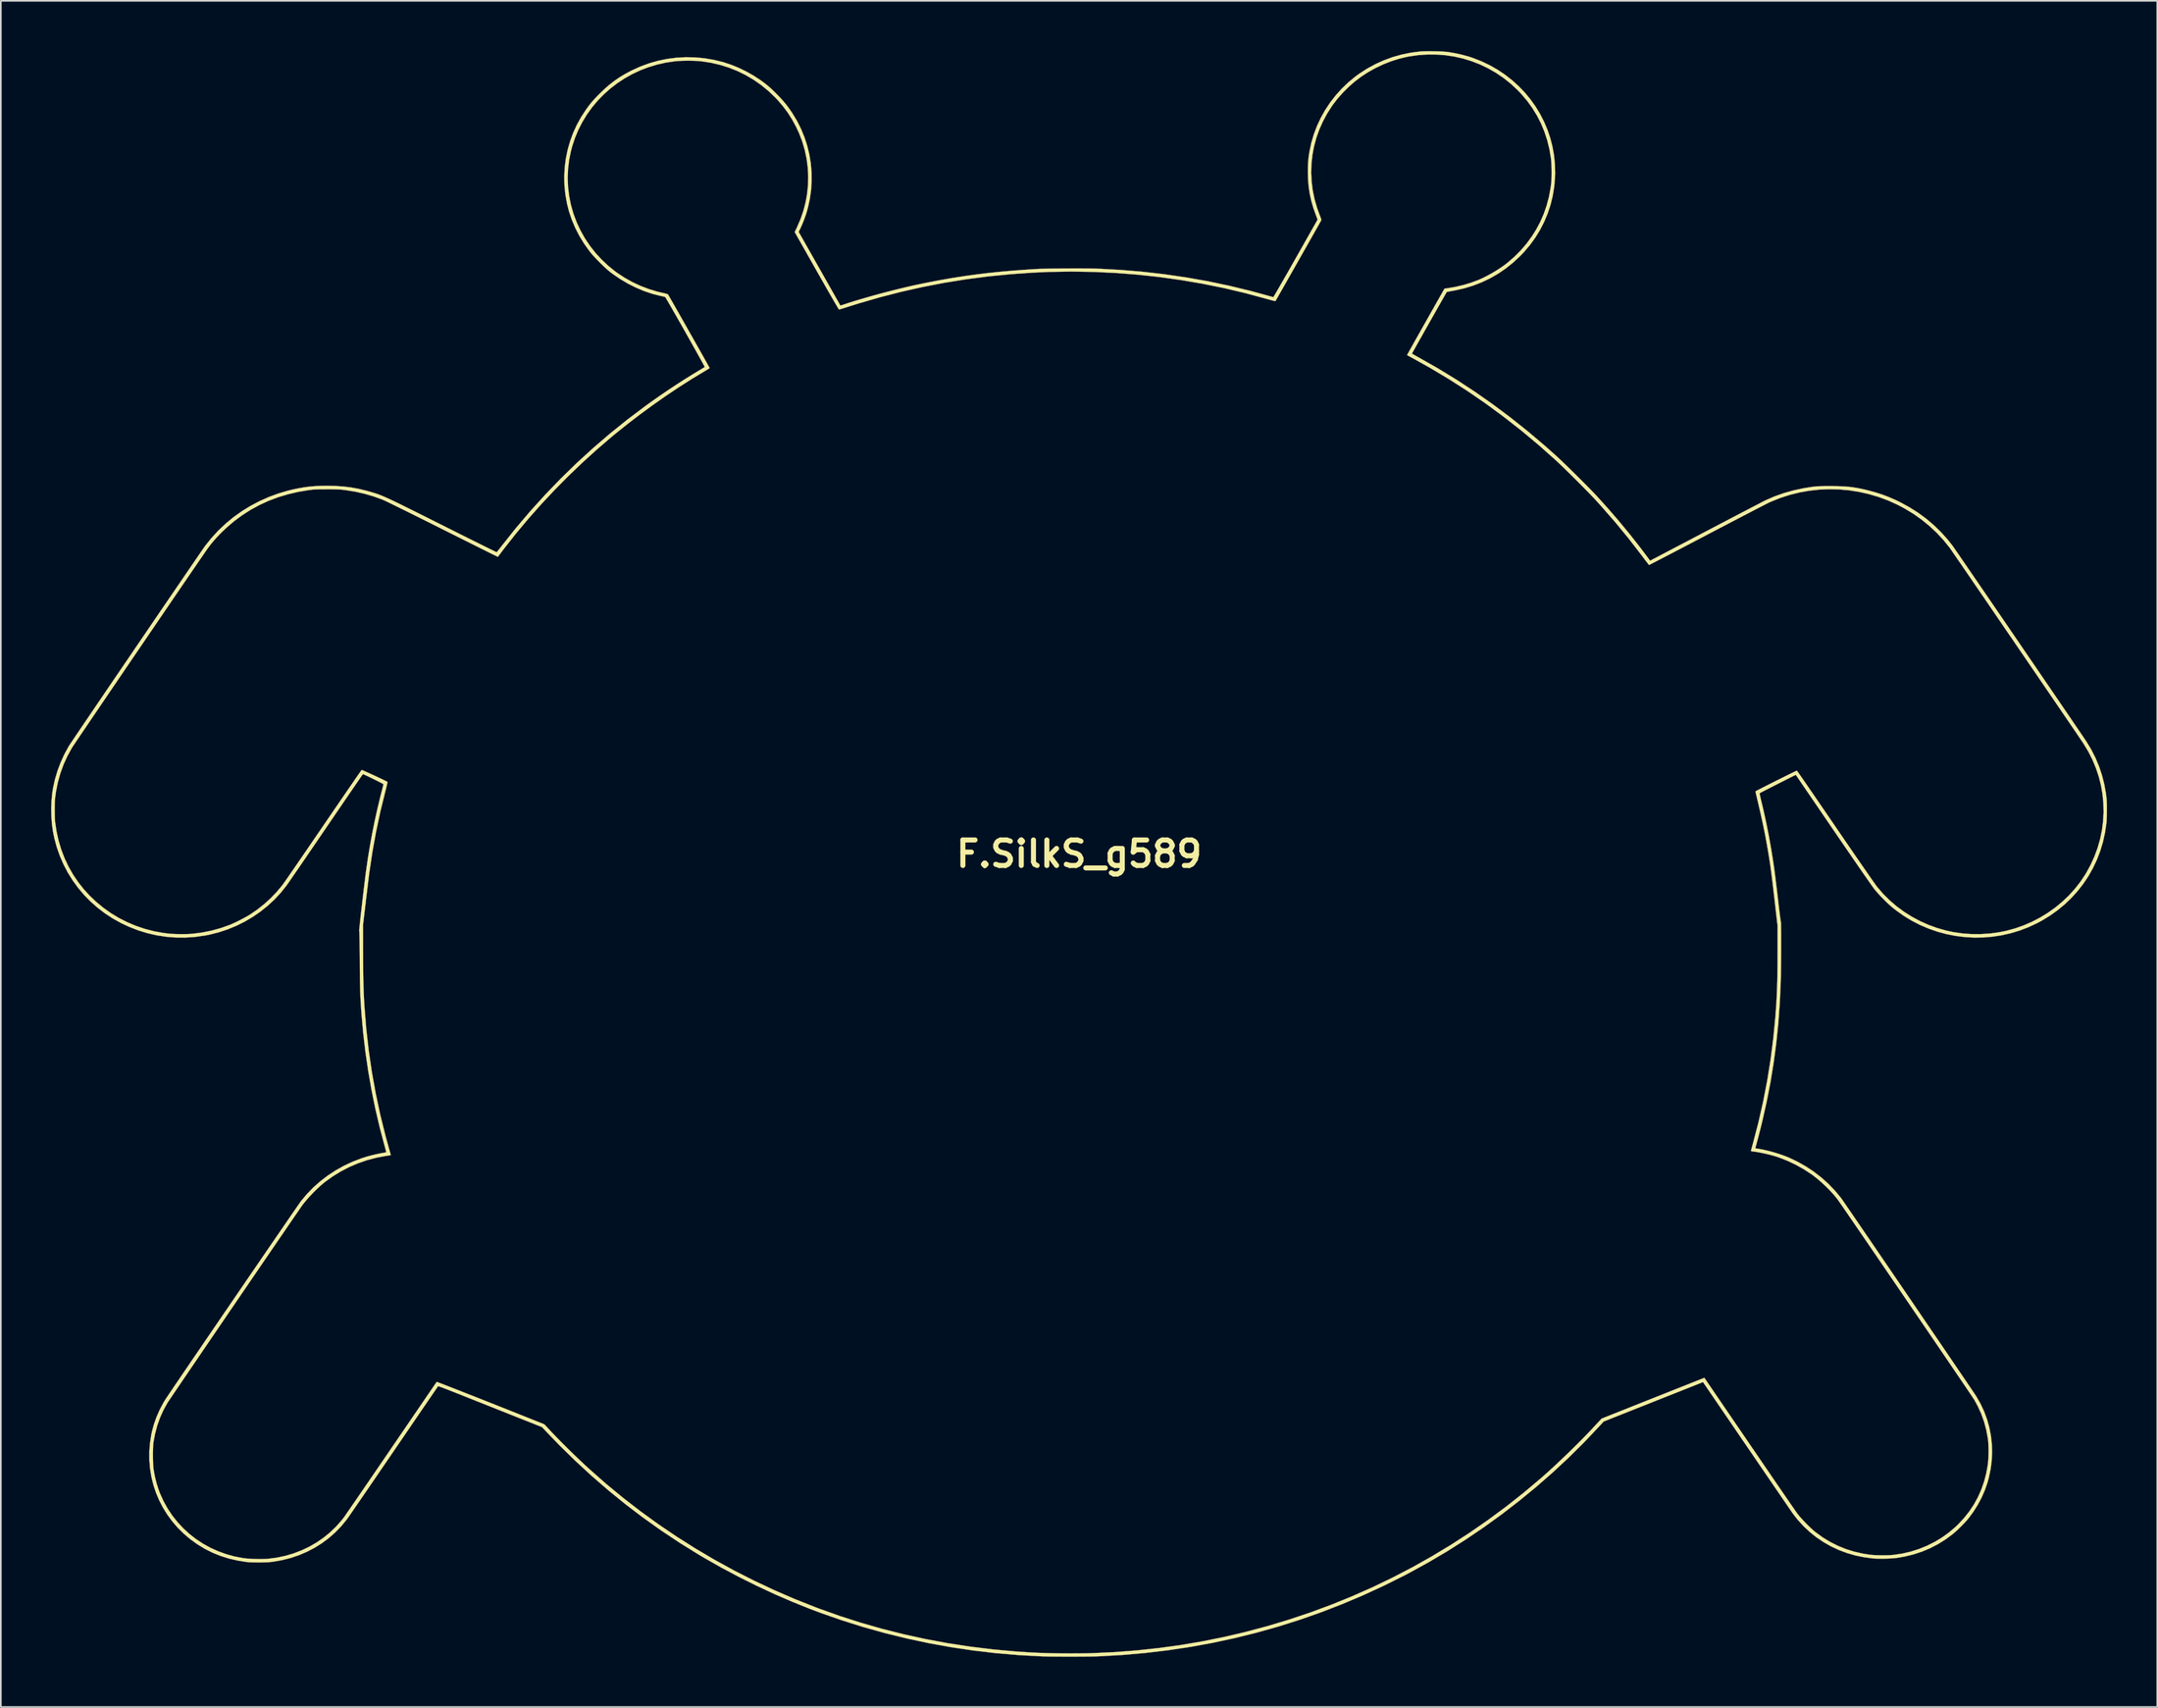
<source format=kicad_pcb>
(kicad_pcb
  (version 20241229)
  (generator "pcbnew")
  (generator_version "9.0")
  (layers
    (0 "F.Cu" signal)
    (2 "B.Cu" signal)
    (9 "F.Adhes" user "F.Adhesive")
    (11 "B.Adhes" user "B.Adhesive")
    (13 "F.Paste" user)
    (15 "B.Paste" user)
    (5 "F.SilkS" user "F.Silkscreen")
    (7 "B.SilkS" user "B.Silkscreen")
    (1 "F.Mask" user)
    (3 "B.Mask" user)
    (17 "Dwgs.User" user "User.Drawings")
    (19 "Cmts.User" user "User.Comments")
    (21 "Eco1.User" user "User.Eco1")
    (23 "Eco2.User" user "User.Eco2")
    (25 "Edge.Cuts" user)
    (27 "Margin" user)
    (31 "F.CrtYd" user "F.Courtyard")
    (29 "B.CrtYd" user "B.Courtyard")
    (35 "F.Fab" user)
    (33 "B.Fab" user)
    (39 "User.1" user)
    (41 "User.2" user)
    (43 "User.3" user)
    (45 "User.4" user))
  (footprint "F.SilkS_g589"
    (layer "F.Cu")
    (at 61.306 47.881)
    (property "Reference" "F.SilkS_g589" (at 0 0 0) (layer "F.SilkS") (effects (font (size 1.524 1.524) (thickness 0.3))))
    (attr through_hole)
    (fp_poly (pts (xy 21.009 -47.875) (xy 21.211 -47.872) (xy 21.412 -47.867) (xy 21.601 -47.859) (xy 21.772 -47.85) (xy 21.916 -47.838) (xy 22.003 -47.828) (xy 22.429 -47.756) (xy 22.847 -47.663) (xy 23.246 -47.554) (xy 23.484 -47.475) (xy 24.001 -47.273) (xy 24.495 -47.037) (xy 24.965 -46.769) (xy 25.41 -46.471) (xy 25.829 -46.143) (xy 26.22 -45.789) (xy 26.584 -45.41) (xy 26.917 -45.007) (xy 27.22 -44.582) (xy 27.491 -44.138) (xy 27.728 -43.674) (xy 27.932 -43.195) (xy 28.1 -42.7) (xy 28.231 -42.192) (xy 28.324 -41.672) (xy 28.378 -41.142) (xy 28.392 -40.605) (xy 28.383 -40.326) (xy 28.335 -39.776) (xy 28.245 -39.238) (xy 28.116 -38.713) (xy 27.947 -38.201) (xy 27.74 -37.705) (xy 27.494 -37.225) (xy 27.212 -36.764) (xy 26.892 -36.323) (xy 26.537 -35.902) (xy 26.3 -35.655) (xy 25.886 -35.27) (xy 25.451 -34.921) (xy 24.995 -34.61) (xy 24.518 -34.335) (xy 24.021 -34.097) (xy 23.504 -33.897) (xy 22.967 -33.733) (xy 22.411 -33.608) (xy 22.257 -33.581) (xy 22.146 -33.561) (xy 22.05 -33.542) (xy 21.977 -33.527) (xy 21.934 -33.515) (xy 21.926 -33.512) (xy 21.913 -33.491) (xy 21.881 -33.436) (xy 21.832 -33.351) (xy 21.767 -33.238) (xy 21.689 -33.1) (xy 21.598 -32.941) (xy 21.497 -32.763) (xy 21.387 -32.57) (xy 21.271 -32.364) (xy 21.149 -32.149) (xy 21.024 -31.928) (xy 20.897 -31.703) (xy 20.77 -31.478) (xy 20.644 -31.255) (xy 20.522 -31.038) (xy 20.405 -30.831) (xy 20.294 -30.634) (xy 20.192 -30.453) (xy 20.101 -30.29) (xy 20.021 -30.147) (xy 19.955 -30.028) (xy 19.904 -29.937) (xy 19.87 -29.875) (xy 19.855 -29.847) (xy 19.854 -29.845) (xy 19.872 -29.831) (xy 19.922 -29.8) (xy 19.998 -29.754) (xy 20.096 -29.698) (xy 20.211 -29.635) (xy 20.272 -29.601) (xy 21.395 -28.964) (xy 22.502 -28.288) (xy 23.594 -27.573) (xy 24.668 -26.821) (xy 25.724 -26.032) (xy 26.76 -25.207) (xy 27.776 -24.347) (xy 28.49 -23.71) (xy 28.612 -23.598) (xy 28.758 -23.46) (xy 28.924 -23.3) (xy 29.107 -23.124) (xy 29.301 -22.934) (xy 29.503 -22.735) (xy 29.709 -22.532) (xy 29.914 -22.328) (xy 30.113 -22.128) (xy 30.303 -21.937) (xy 30.48 -21.757) (xy 30.638 -21.594) (xy 30.775 -21.452) (xy 30.884 -21.336) (xy 31.556 -20.591) (xy 32.211 -19.832) (xy 32.843 -19.066) (xy 33.445 -18.301) (xy 33.841 -17.777) (xy 34.055 -17.487) (xy 34.57 -17.758) (xy 34.997 -17.982) (xy 35.422 -18.206) (xy 35.845 -18.428) (xy 36.263 -18.647) (xy 36.674 -18.863) (xy 37.077 -19.075) (xy 37.469 -19.28) (xy 37.85 -19.48) (xy 38.217 -19.672) (xy 38.569 -19.856) (xy 38.903 -20.032) (xy 39.219 -20.197) (xy 39.514 -20.351) (xy 39.787 -20.493) (xy 40.036 -20.623) (xy 40.258 -20.739) (xy 40.454 -20.84) (xy 40.619 -20.926) (xy 40.754 -20.996) (xy 40.856 -21.048) (xy 40.923 -21.082) (xy 40.947 -21.094) (xy 41.482 -21.327) (xy 42.042 -21.524) (xy 42.627 -21.688) (xy 43.236 -21.817) (xy 43.699 -21.89) (xy 43.801 -21.903) (xy 43.894 -21.913) (xy 43.985 -21.922) (xy 44.081 -21.928) (xy 44.188 -21.932) (xy 44.312 -21.935) (xy 44.46 -21.937) (xy 44.638 -21.938) (xy 44.82 -21.938) (xy 45.139 -21.936) (xy 45.424 -21.928) (xy 45.683 -21.915) (xy 45.926 -21.894) (xy 46.16 -21.866) (xy 46.394 -21.828) (xy 46.636 -21.781) (xy 46.894 -21.722) (xy 47.064 -21.681) (xy 47.492 -21.565) (xy 47.893 -21.437) (xy 48.281 -21.29) (xy 48.671 -21.121) (xy 48.99 -20.966) (xy 49.534 -20.669) (xy 50.051 -20.341) (xy 50.538 -19.981) (xy 50.997 -19.59) (xy 51.427 -19.169) (xy 51.828 -18.718) (xy 52.091 -18.383) (xy 52.115 -18.349) (xy 52.162 -18.282) (xy 52.231 -18.183) (xy 52.32 -18.054) (xy 52.429 -17.896) (xy 52.556 -17.711) (xy 52.7 -17.501) (xy 52.86 -17.268) (xy 53.036 -17.012) (xy 53.225 -16.736) (xy 53.427 -16.441) (xy 53.641 -16.129) (xy 53.866 -15.801) (xy 54.1 -15.459) (xy 54.343 -15.104) (xy 54.593 -14.739) (xy 54.849 -14.365) (xy 55.11 -13.983) (xy 55.375 -13.595) (xy 55.643 -13.203) (xy 55.913 -12.808) (xy 56.184 -12.412) (xy 56.454 -12.016) (xy 56.723 -11.622) (xy 56.99 -11.233) (xy 57.252 -10.848) (xy 57.51 -10.47) (xy 57.762 -10.101) (xy 58.007 -9.742) (xy 58.244 -9.395) (xy 58.472 -9.061) (xy 58.689 -8.743) (xy 58.895 -8.44) (xy 59.089 -8.156) (xy 59.268 -7.892) (xy 59.434 -7.649) (xy 59.583 -7.43) (xy 59.716 -7.235) (xy 59.83 -7.066) (xy 59.925 -6.925) (xy 60.001 -6.813) (xy 60.055 -6.733) (xy 60.073 -6.706) (xy 60.362 -6.231) (xy 60.614 -5.735) (xy 60.829 -5.221) (xy 61.006 -4.692) (xy 61.144 -4.15) (xy 61.242 -3.597) (xy 61.277 -3.305) (xy 61.287 -3.17) (xy 61.294 -3.003) (xy 61.297 -2.813) (xy 61.298 -2.611) (xy 61.296 -2.407) (xy 61.291 -2.209) (xy 61.283 -2.029) (xy 61.272 -1.876) (xy 61.267 -1.82) (xy 61.183 -1.256) (xy 61.061 -0.707) (xy 60.9 -0.173) (xy 60.702 0.344) (xy 60.467 0.842) (xy 60.197 1.321) (xy 59.893 1.777) (xy 59.555 2.211) (xy 59.185 2.62) (xy 58.784 3.004) (xy 58.352 3.36) (xy 57.891 3.688) (xy 57.402 3.986) (xy 57.139 4.126) (xy 56.625 4.367) (xy 56.099 4.568) (xy 55.563 4.73) (xy 55.019 4.853) (xy 54.47 4.937) (xy 53.918 4.982) (xy 53.366 4.989) (xy 52.814 4.957) (xy 52.266 4.888) (xy 51.724 4.781) (xy 51.19 4.637) (xy 50.667 4.455) (xy 50.155 4.237) (xy 49.659 3.982) (xy 49.179 3.69) (xy 48.719 3.362) (xy 48.493 3.182) (xy 48.331 3.041) (xy 48.154 2.876) (xy 47.971 2.695) (xy 47.79 2.508) (xy 47.622 2.324) (xy 47.475 2.154) (xy 47.434 2.104) (xy 47.399 2.057) (xy 47.342 1.978) (xy 47.263 1.867) (xy 47.165 1.728) (xy 47.048 1.56) (xy 46.914 1.368) (xy 46.763 1.152) (xy 46.599 0.914) (xy 46.421 0.657) (xy 46.231 0.381) (xy 46.031 0.09) (xy 45.821 -0.215) (xy 45.604 -0.532) (xy 45.38 -0.859) (xy 45.151 -1.194) (xy 44.981 -1.442) (xy 44.752 -1.777) (xy 44.53 -2.103) (xy 44.315 -2.418) (xy 44.109 -2.72) (xy 43.913 -3.007) (xy 43.727 -3.278) (xy 43.555 -3.531) (xy 43.395 -3.765) (xy 43.25 -3.977) (xy 43.121 -4.166) (xy 43.01 -4.329) (xy 42.916 -4.467) (xy 42.841 -4.576) (xy 42.787 -4.655) (xy 42.755 -4.702) (xy 42.745 -4.716) (xy 42.726 -4.708) (xy 42.673 -4.683) (xy 42.591 -4.643) (xy 42.483 -4.589) (xy 42.354 -4.524) (xy 42.208 -4.451) (xy 42.049 -4.37) (xy 41.88 -4.285) (xy 41.707 -4.197) (xy 41.532 -4.108) (xy 41.361 -4.021) (xy 41.197 -3.937) (xy 41.045 -3.859) (xy 40.908 -3.789) (xy 40.79 -3.728) (xy 40.696 -3.679) (xy 40.63 -3.644) (xy 40.595 -3.624) (xy 40.591 -3.622) (xy 40.59 -3.596) (xy 40.599 -3.537) (xy 40.615 -3.453) (xy 40.638 -3.351) (xy 40.65 -3.304) (xy 40.822 -2.587) (xy 40.985 -1.839) (xy 41.138 -1.068) (xy 41.278 -0.286) (xy 41.403 0.499) (xy 41.443 0.77) (xy 41.461 0.897) (xy 41.482 1.061) (xy 41.507 1.255) (xy 41.534 1.473) (xy 41.564 1.71) (xy 41.594 1.96) (xy 41.625 2.217) (xy 41.655 2.476) (xy 41.68 2.688) (xy 41.707 2.922) (xy 41.733 3.144) (xy 41.758 3.349) (xy 41.781 3.535) (xy 41.801 3.697) (xy 41.819 3.833) (xy 41.834 3.938) (xy 41.845 4.009) (xy 41.852 4.043) (xy 41.853 4.045) (xy 41.856 4.069) (xy 41.86 4.131) (xy 41.862 4.227) (xy 41.865 4.356) (xy 41.866 4.512) (xy 41.868 4.692) (xy 41.869 4.893) (xy 41.869 5.11) (xy 41.869 5.34) (xy 41.869 5.58) (xy 41.868 5.826) (xy 41.867 6.074) (xy 41.865 6.32) (xy 41.863 6.561) (xy 41.861 6.794) (xy 41.858 7.014) (xy 41.855 7.217) (xy 41.851 7.401) (xy 41.848 7.562) (xy 41.846 7.62) (xy 41.791 8.853) (xy 41.704 10.063) (xy 41.583 11.254) (xy 41.427 12.432) (xy 41.237 13.601) (xy 41.011 14.764) (xy 40.75 15.928) (xy 40.693 16.161) (xy 40.655 16.313) (xy 40.613 16.48) (xy 40.568 16.655) (xy 40.522 16.831) (xy 40.477 17.003) (xy 40.434 17.163) (xy 40.396 17.304) (xy 40.364 17.42) (xy 40.339 17.504) (xy 40.333 17.527) (xy 40.335 17.544) (xy 40.359 17.558) (xy 40.411 17.571) (xy 40.498 17.585) (xy 40.508 17.586) (xy 40.73 17.624) (xy 40.98 17.679) (xy 41.248 17.746) (xy 41.522 17.824) (xy 41.792 17.91) (xy 42.049 18) (xy 42.282 18.091) (xy 42.323 18.108) (xy 42.841 18.353) (xy 43.338 18.633) (xy 43.811 18.946) (xy 44.259 19.292) (xy 44.68 19.668) (xy 45.071 20.073) (xy 45.43 20.506) (xy 45.458 20.542) (xy 45.48 20.573) (xy 45.525 20.637) (xy 45.591 20.733) (xy 45.678 20.86) (xy 45.784 21.014) (xy 45.909 21.196) (xy 46.051 21.404) (xy 46.209 21.635) (xy 46.383 21.888) (xy 46.57 22.162) (xy 46.77 22.455) (xy 46.983 22.765) (xy 47.206 23.092) (xy 47.438 23.432) (xy 47.679 23.786) (xy 47.928 24.15) (xy 48.183 24.524) (xy 48.443 24.905) (xy 48.708 25.293) (xy 48.976 25.686) (xy 49.245 26.081) (xy 49.516 26.478) (xy 49.787 26.875) (xy 50.056 27.27) (xy 50.323 27.662) (xy 50.587 28.049) (xy 50.846 28.43) (xy 51.1 28.802) (xy 51.347 29.165) (xy 51.586 29.517) (xy 51.816 29.855) (xy 52.037 30.179) (xy 52.246 30.487) (xy 52.443 30.778) (xy 52.628 31.049) (xy 52.798 31.299) (xy 52.952 31.527) (xy 53.09 31.73) (xy 53.211 31.908) (xy 53.313 32.059) (xy 53.395 32.181) (xy 53.456 32.272) (xy 53.496 32.332) (xy 53.51 32.353) (xy 53.761 32.794) (xy 53.975 33.251) (xy 54.149 33.721) (xy 54.284 34.203) (xy 54.38 34.693) (xy 54.436 35.191) (xy 54.451 35.693) (xy 54.427 36.198) (xy 54.362 36.703) (xy 54.256 37.207) (xy 54.174 37.502) (xy 54.019 37.948) (xy 53.825 38.39) (xy 53.597 38.82) (xy 53.338 39.231) (xy 53.064 39.603) (xy 52.945 39.745) (xy 52.801 39.903) (xy 52.642 40.068) (xy 52.477 40.231) (xy 52.315 40.383) (xy 52.164 40.515) (xy 52.096 40.572) (xy 51.666 40.889) (xy 51.219 41.168) (xy 50.754 41.409) (xy 50.27 41.612) (xy 49.767 41.777) (xy 49.244 41.905) (xy 48.853 41.975) (xy 48.678 41.997) (xy 48.472 42.014) (xy 48.247 42.026) (xy 48.015 42.033) (xy 47.786 42.034) (xy 47.572 42.03) (xy 47.384 42.02) (xy 47.349 42.017) (xy 46.817 41.949) (xy 46.298 41.841) (xy 45.795 41.696) (xy 45.309 41.514) (xy 44.842 41.296) (xy 44.396 41.043) (xy 43.971 40.756) (xy 43.571 40.436) (xy 43.196 40.083) (xy 42.848 39.7) (xy 42.574 39.349) (xy 42.554 39.32) (xy 42.511 39.259) (xy 42.447 39.165) (xy 42.362 39.042) (xy 42.258 38.89) (xy 42.136 38.711) (xy 41.997 38.508) (xy 41.841 38.28) (xy 41.671 38.031) (xy 41.486 37.762) (xy 41.29 37.474) (xy 41.081 37.169) (xy 40.862 36.849) (xy 40.634 36.515) (xy 40.398 36.169) (xy 40.155 35.813) (xy 39.905 35.448) (xy 39.85 35.367) (xy 37.211 31.501) (xy 36.507 31.78) (xy 36.391 31.826) (xy 36.24 31.886) (xy 36.056 31.959) (xy 35.844 32.043) (xy 35.607 32.137) (xy 35.348 32.24) (xy 35.072 32.349) (xy 34.781 32.465) (xy 34.48 32.584) (xy 34.172 32.707) (xy 33.86 32.831) (xy 33.548 32.954) (xy 33.543 32.956) (xy 31.283 33.854) (xy 30.988 34.176) (xy 30.102 35.111) (xy 29.183 36.021) (xy 28.232 36.905) (xy 27.251 37.761) (xy 26.242 38.589) (xy 25.207 39.387) (xy 24.147 40.154) (xy 23.065 40.887) (xy 21.963 41.586) (xy 20.841 42.249) (xy 19.703 42.875) (xy 19.357 43.056) (xy 18.14 43.662) (xy 16.909 44.228) (xy 15.666 44.753) (xy 14.411 45.238) (xy 13.143 45.683) (xy 11.864 46.087) (xy 10.572 46.45) (xy 9.269 46.773) (xy 7.954 47.055) (xy 6.628 47.297) (xy 5.291 47.497) (xy 3.943 47.657) (xy 2.585 47.776) (xy 1.216 47.853) (xy 1.111 47.858) (xy 0.969 47.862) (xy 0.79 47.866) (xy 0.58 47.869) (xy 0.344 47.872) (xy 0.089 47.873) (xy -0.179 47.875) (xy -0.456 47.875) (xy -0.736 47.875) (xy -1.012 47.874) (xy -1.28 47.873) (xy -1.533 47.87) (xy -1.766 47.868) (xy -1.972 47.864) (xy -2.148 47.86) (xy -2.265 47.856) (xy -3.623 47.782) (xy -4.973 47.666) (xy -6.315 47.509) (xy -7.647 47.311) (xy -8.97 47.071) (xy -10.283 46.791) (xy -11.586 46.47) (xy -12.878 46.108) (xy -14.158 45.705) (xy -15.427 45.262) (xy -16.023 45.038) (xy -17.085 44.612) (xy -18.152 44.15) (xy -19.215 43.656) (xy -20.267 43.132) (xy -21.299 42.585) (xy -22.303 42.016) (xy -22.691 41.786) (xy -23.82 41.085) (xy -24.921 40.353) (xy -25.995 39.589) (xy -27.042 38.793) (xy -28.065 37.963) (xy -29.063 37.1) (xy -30.038 36.201) (xy -30.992 35.267) (xy -31.727 34.507) (xy -32.031 34.185) (xy -32.774 33.89) (xy -32.938 33.825) (xy -33.134 33.747) (xy -33.356 33.659) (xy -33.597 33.563) (xy -33.85 33.462) (xy -34.109 33.36) (xy -34.366 33.257) (xy -34.615 33.158) (xy -34.724 33.115) (xy -34.987 33.01) (xy -35.276 32.895) (xy -35.583 32.773) (xy -35.897 32.648) (xy -36.211 32.523) (xy -36.514 32.403) (xy -36.797 32.29) (xy -37.051 32.189) (xy -37.072 32.181) (xy -37.28 32.099) (xy -37.476 32.022) (xy -37.658 31.951) (xy -37.82 31.889) (xy -37.96 31.836) (xy -38.075 31.794) (xy -38.16 31.764) (xy -38.212 31.747) (xy -38.229 31.744) (xy -38.242 31.763) (xy -38.278 31.815) (xy -38.336 31.899) (xy -38.414 32.013) (xy -38.512 32.156) (xy -38.628 32.326) (xy -38.762 32.521) (xy -38.911 32.74) (xy -39.077 32.982) (xy -39.256 33.244) (xy -39.448 33.525) (xy -39.652 33.824) (xy -39.867 34.139) (xy -40.092 34.468) (xy -40.325 34.81) (xy -40.566 35.163) (xy -40.814 35.525) (xy -40.873 35.613) (xy -41.124 35.981) (xy -41.371 36.341) (xy -41.611 36.693) (xy -41.844 37.033) (xy -42.068 37.361) (xy -42.283 37.675) (xy -42.487 37.973) (xy -42.679 38.253) (xy -42.858 38.513) (xy -43.023 38.753) (xy -43.172 38.969) (xy -43.304 39.162) (xy -43.419 39.328) (xy -43.514 39.466) (xy -43.59 39.574) (xy -43.644 39.651) (xy -43.676 39.695) (xy -43.678 39.698) (xy -44.005 40.097) (xy -44.361 40.465) (xy -44.744 40.802) (xy -45.153 41.107) (xy -45.585 41.379) (xy -46.04 41.617) (xy -46.516 41.82) (xy -47.01 41.987) (xy -47.522 42.118) (xy -48.05 42.211) (xy -48.207 42.231) (xy -48.323 42.241) (xy -48.471 42.248) (xy -48.641 42.253) (xy -48.825 42.256) (xy -49.014 42.256) (xy -49.199 42.254) (xy -49.369 42.249) (xy -49.517 42.242) (xy -49.633 42.232) (xy -49.646 42.231) (xy -50.184 42.146) (xy -50.698 42.027) (xy -51.189 41.873) (xy -51.66 41.685) (xy -52.11 41.461) (xy -52.144 41.442) (xy -52.592 41.17) (xy -53.01 40.869) (xy -53.398 40.54) (xy -53.756 40.186) (xy -54.082 39.808) (xy -54.376 39.408) (xy -54.636 38.989) (xy -54.862 38.552) (xy -55.053 38.099) (xy -55.208 37.632) (xy -55.326 37.153) (xy -55.406 36.663) (xy -55.448 36.166) (xy -55.451 35.662) (xy -55.413 35.154) (xy -55.334 34.643) (xy -55.298 34.469) (xy -55.182 34.036) (xy -55.028 33.6) (xy -54.841 33.171) (xy -54.623 32.756) (xy -54.499 32.55) (xy -54.469 32.504) (xy -54.416 32.425) (xy -54.342 32.314) (xy -54.248 32.174) (xy -54.134 32.006) (xy -54.003 31.811) (xy -53.854 31.592) (xy -53.689 31.35) (xy -53.509 31.085) (xy -53.316 30.801) (xy -53.11 30.499) (xy -52.893 30.179) (xy -52.665 29.845) (xy -52.427 29.497) (xy -52.182 29.137) (xy -51.929 28.766) (xy -51.67 28.387) (xy -51.406 28.001) (xy -51.139 27.609) (xy -50.868 27.213) (xy -50.596 26.814) (xy -50.323 26.415) (xy -50.051 26.017) (xy -49.78 25.622) (xy -49.513 25.23) (xy -49.248 24.844) (xy -48.989 24.466) (xy -48.736 24.096) (xy -48.49 23.737) (xy -48.252 23.389) (xy -48.023 23.056) (xy -47.805 22.738) (xy -47.598 22.437) (xy -47.404 22.154) (xy -47.224 21.891) (xy -47.058 21.65) (xy -46.908 21.433) (xy -46.775 21.24) (xy -46.66 21.074) (xy -46.565 20.936) (xy -46.489 20.828) (xy -46.435 20.751) (xy -46.404 20.707) (xy -46.399 20.701) (xy -46.044 20.278) (xy -45.657 19.881) (xy -45.24 19.513) (xy -44.796 19.175) (xy -44.327 18.868) (xy -43.835 18.594) (xy -43.323 18.355) (xy -42.792 18.152) (xy -42.683 18.116) (xy -42.447 18.044) (xy -42.189 17.975) (xy -41.925 17.912) (xy -41.675 17.86) (xy -41.583 17.844) (xy -41.485 17.826) (xy -41.403 17.811) (xy -41.346 17.799) (xy -41.323 17.792) (xy -41.323 17.792) (xy -41.325 17.77) (xy -41.338 17.714) (xy -41.36 17.63) (xy -41.388 17.524) (xy -41.421 17.404) (xy -41.424 17.396) (xy -41.71 16.316) (xy -41.969 15.211) (xy -42.198 14.087) (xy -42.396 12.949) (xy -42.563 11.806) (xy -42.697 10.664) (xy -42.798 9.528) (xy -42.809 9.366) (xy -42.823 9.162) (xy -42.835 8.976) (xy -42.846 8.803) (xy -42.855 8.637) (xy -42.863 8.476) (xy -42.87 8.314) (xy -42.876 8.147) (xy -42.88 7.97) (xy -42.884 7.778) (xy -42.888 7.568) (xy -42.891 7.335) (xy -42.893 7.073) (xy -42.896 6.78) (xy -42.898 6.449) (xy -42.898 6.376) (xy -42.9 6.107) (xy -42.903 5.851) (xy -42.905 5.61) (xy -42.908 5.388) (xy -42.911 5.187) (xy -42.914 5.012) (xy -42.917 4.865) (xy -42.92 4.748) (xy -42.923 4.666) (xy -42.926 4.622) (xy -42.928 4.614) (xy -42.938 4.597) (xy -42.935 4.556) (xy -42.929 4.511) (xy -42.921 4.436) (xy -42.912 4.341) (xy -42.906 4.265) (xy -42.9 4.2) (xy -42.889 4.097) (xy -42.874 3.961) (xy -42.856 3.796) (xy -42.835 3.607) (xy -42.811 3.399) (xy -42.785 3.175) (xy -42.758 2.94) (xy -42.73 2.699) (xy -42.701 2.456) (xy -42.673 2.215) (xy -42.645 1.982) (xy -42.618 1.76) (xy -42.593 1.553) (xy -42.57 1.367) (xy -42.55 1.206) (xy -42.534 1.081) (xy -42.43 0.351) (xy -42.308 -0.401) (xy -42.17 -1.162) (xy -42.018 -1.921) (xy -41.854 -2.666) (xy -41.681 -3.386) (xy -41.603 -3.692) (xy -41.568 -3.823) (xy -41.538 -3.941) (xy -41.514 -4.04) (xy -41.496 -4.113) (xy -41.487 -4.154) (xy -41.487 -4.159) (xy -41.505 -4.172) (xy -41.556 -4.201) (xy -41.634 -4.243) (xy -41.734 -4.294) (xy -41.85 -4.353) (xy -41.977 -4.416) (xy -42.109 -4.481) (xy -42.24 -4.545) (xy -42.366 -4.606) (xy -42.48 -4.66) (xy -42.577 -4.705) (xy -42.652 -4.739) (xy -42.699 -4.758) (xy -42.712 -4.761) (xy -42.725 -4.744) (xy -42.761 -4.694) (xy -42.818 -4.612) (xy -42.895 -4.5) (xy -42.992 -4.36) (xy -43.106 -4.193) (xy -43.237 -4.002) (xy -43.384 -3.789) (xy -43.545 -3.554) (xy -43.719 -3.3) (xy -43.905 -3.028) (xy -44.101 -2.74) (xy -44.308 -2.438) (xy -44.522 -2.123) (xy -44.744 -1.798) (xy -44.905 -1.562) (xy -45.134 -1.226) (xy -45.359 -0.897) (xy -45.577 -0.577) (xy -45.788 -0.268) (xy -45.991 0.028) (xy -46.183 0.309) (xy -46.364 0.574) (xy -46.533 0.82) (xy -46.688 1.046) (xy -46.828 1.249) (xy -46.951 1.428) (xy -47.056 1.581) (xy -47.143 1.706) (xy -47.208 1.8) (xy -47.253 1.863) (xy -47.267 1.884) (xy -47.609 2.312) (xy -47.983 2.715) (xy -48.387 3.089) (xy -48.817 3.434) (xy -49.272 3.749) (xy -49.75 4.031) (xy -50.247 4.28) (xy -50.763 4.493) (xy -51.293 4.67) (xy -51.836 4.809) (xy -52.133 4.867) (xy -52.713 4.949) (xy -53.292 4.988) (xy -53.867 4.985) (xy -54.438 4.941) (xy -55.003 4.855) (xy -55.561 4.727) (xy -56.112 4.559) (xy -56.653 4.349) (xy -57.129 4.126) (xy -57.624 3.852) (xy -58.094 3.545) (xy -58.538 3.207) (xy -58.953 2.84) (xy -59.339 2.446) (xy -59.695 2.026) (xy -60.019 1.582) (xy -60.31 1.115) (xy -60.566 0.628) (xy -60.786 0.122) (xy -60.97 -0.401) (xy -61.115 -0.939) (xy -61.192 -1.312) (xy -61.256 -1.764) (xy -61.292 -2.234) (xy -61.3 -2.68) (xy -61.094 -2.68) (xy -61.094 -2.483) (xy -61.09 -2.293) (xy -61.084 -2.121) (xy -61.075 -1.976) (xy -61.069 -1.916) (xy -60.985 -1.347) (xy -60.863 -0.795) (xy -60.703 -0.26) (xy -60.505 0.257) (xy -60.27 0.754) (xy -59.998 1.231) (xy -59.69 1.687) (xy -59.345 2.122) (xy -59.034 2.463) (xy -58.627 2.853) (xy -58.195 3.21) (xy -57.738 3.534) (xy -57.259 3.823) (xy -56.76 4.076) (xy -56.243 4.293) (xy -55.71 4.472) (xy -55.164 4.613) (xy -54.605 4.714) (xy -54.306 4.751) (xy -54.143 4.765) (xy -53.95 4.774) (xy -53.738 4.781) (xy -53.52 4.783) (xy -53.305 4.781) (xy -53.106 4.776) (xy -52.935 4.766) (xy -52.885 4.762) (xy -52.307 4.688) (xy -51.739 4.574) (xy -51.183 4.421) (xy -50.643 4.228) (xy -50.625 4.221) (xy -50.481 4.159) (xy -50.312 4.08) (xy -50.127 3.99) (xy -49.938 3.893) (xy -49.755 3.795) (xy -49.589 3.702) (xy -49.45 3.619) (xy -49.025 3.33) (xy -48.614 3.005) (xy -48.223 2.652) (xy -47.86 2.275) (xy -47.531 1.881) (xy -47.5 1.841) (xy -47.469 1.799) (xy -47.416 1.723) (xy -47.341 1.616) (xy -47.246 1.48) (xy -47.132 1.316) (xy -47.002 1.127) (xy -46.855 0.914) (xy -46.693 0.679) (xy -46.518 0.424) (xy -46.33 0.151) (xy -46.132 -0.138) (xy -45.924 -0.442) (xy -45.708 -0.758) (xy -45.485 -1.084) (xy -45.255 -1.419) (xy -45.063 -1.701) (xy -44.833 -2.038) (xy -44.609 -2.366) (xy -44.393 -2.682) (xy -44.185 -2.986) (xy -43.986 -3.276) (xy -43.799 -3.549) (xy -43.624 -3.804) (xy -43.462 -4.039) (xy -43.314 -4.253) (xy -43.183 -4.444) (xy -43.067 -4.611) (xy -42.97 -4.75) (xy -42.893 -4.862) (xy -42.835 -4.943) (xy -42.799 -4.993) (xy -42.786 -5.01) (xy -42.763 -5.003) (xy -42.707 -4.98) (xy -42.623 -4.944) (xy -42.516 -4.896) (xy -42.39 -4.839) (xy -42.252 -4.776) (xy -42.106 -4.709) (xy -41.956 -4.64) (xy -41.809 -4.571) (xy -41.668 -4.505) (xy -41.54 -4.444) (xy -41.429 -4.39) (xy -41.34 -4.346) (xy -41.278 -4.315) (xy -41.248 -4.297) (xy -41.247 -4.297) (xy -41.248 -4.273) (xy -41.258 -4.214) (xy -41.277 -4.126) (xy -41.304 -4.013) (xy -41.336 -3.883) (xy -41.367 -3.762) (xy -41.663 -2.563) (xy -41.922 -1.351) (xy -42.145 -0.121) (xy -42.332 1.129) (xy -42.332 1.132) (xy -42.343 1.21) (xy -42.357 1.324) (xy -42.375 1.472) (xy -42.397 1.648) (xy -42.421 1.847) (xy -42.447 2.065) (xy -42.475 2.298) (xy -42.504 2.541) (xy -42.534 2.788) (xy -42.539 2.836) (xy -42.704 4.223) (xy -42.701 5.863) (xy -42.7 6.266) (xy -42.698 6.632) (xy -42.695 6.965) (xy -42.691 7.27) (xy -42.686 7.552) (xy -42.68 7.815) (xy -42.672 8.065) (xy -42.663 8.307) (xy -42.652 8.544) (xy -42.639 8.783) (xy -42.625 9.026) (xy -42.618 9.133) (xy -42.513 10.432) (xy -42.366 11.724) (xy -42.178 13.009) (xy -41.948 14.285) (xy -41.678 15.552) (xy -41.366 16.809) (xy -41.193 17.441) (xy -41.153 17.582) (xy -41.118 17.709) (xy -41.088 17.816) (xy -41.066 17.897) (xy -41.053 17.949) (xy -41.05 17.964) (xy -41.071 17.969) (xy -41.127 17.978) (xy -41.209 17.992) (xy -41.311 18.007) (xy -41.35 18.013) (xy -41.912 18.119) (xy -42.463 18.264) (xy -42.999 18.449) (xy -43.52 18.671) (xy -44.022 18.931) (xy -44.504 19.226) (xy -44.963 19.556) (xy -45.043 19.619) (xy -45.24 19.786) (xy -45.45 19.98) (xy -45.665 20.192) (xy -45.876 20.414) (xy -46.073 20.636) (xy -46.249 20.849) (xy -46.306 20.923) (xy -46.331 20.958) (xy -46.379 21.025) (xy -46.448 21.125) (xy -46.537 21.255) (xy -46.646 21.413) (xy -46.774 21.598) (xy -46.918 21.809) (xy -47.079 22.043) (xy -47.255 22.3) (xy -47.444 22.577) (xy -47.647 22.873) (xy -47.861 23.186) (xy -48.086 23.515) (xy -48.321 23.858) (xy -48.564 24.213) (xy -48.814 24.58) (xy -49.071 24.955) (xy -49.333 25.339) (xy -49.599 25.728) (xy -49.868 26.122) (xy -50.139 26.519) (xy -50.41 26.917) (xy -50.682 27.315) (xy -50.952 27.711) (xy -51.219 28.103) (xy -51.483 28.491) (xy -51.742 28.871) (xy -51.996 29.243) (xy -52.243 29.605) (xy -52.481 29.956) (xy -52.711 30.293) (xy -52.931 30.616) (xy -53.139 30.922) (xy -53.335 31.21) (xy -53.517 31.479) (xy -53.685 31.726) (xy -53.838 31.951) (xy -53.973 32.151) (xy -54.091 32.325) (xy -54.19 32.471) (xy -54.269 32.589) (xy -54.327 32.675) (xy -54.363 32.729) (xy -54.372 32.745) (xy -54.61 33.173) (xy -54.812 33.625) (xy -54.979 34.1) (xy -55.111 34.598) (xy -55.206 35.105) (xy -55.218 35.213) (xy -55.226 35.356) (xy -55.232 35.523) (xy -55.235 35.709) (xy -55.236 35.903) (xy -55.233 36.097) (xy -55.228 36.285) (xy -55.22 36.456) (xy -55.209 36.603) (xy -55.196 36.717) (xy -55.195 36.724) (xy -55.116 37.148) (xy -55.011 37.561) (xy -54.885 37.952) (xy -54.808 38.153) (xy -54.596 38.617) (xy -54.35 39.057) (xy -54.071 39.474) (xy -53.76 39.864) (xy -53.42 40.228) (xy -53.053 40.563) (xy -52.66 40.869) (xy -52.242 41.143) (xy -51.803 41.385) (xy -51.343 41.592) (xy -50.864 41.765) (xy -50.368 41.901) (xy -49.869 41.997) (xy -49.702 42.017) (xy -49.504 42.034) (xy -49.287 42.046) (xy -49.06 42.053) (xy -48.835 42.056) (xy -48.623 42.053) (xy -48.435 42.045) (xy -48.352 42.038) (xy -47.835 41.97) (xy -47.33 41.862) (xy -46.839 41.717) (xy -46.365 41.535) (xy -45.909 41.318) (xy -45.474 41.067) (xy -45.061 40.782) (xy -44.672 40.465) (xy -44.31 40.117) (xy -43.977 39.739) (xy -43.87 39.603) (xy -43.843 39.567) (xy -43.794 39.497) (xy -43.724 39.396) (xy -43.633 39.264) (xy -43.522 39.105) (xy -43.394 38.918) (xy -43.249 38.707) (xy -43.087 38.473) (xy -42.912 38.217) (xy -42.722 37.94) (xy -42.52 37.646) (xy -42.307 37.335) (xy -42.084 37.009) (xy -41.852 36.669) (xy -41.612 36.318) (xy -41.365 35.957) (xy -41.113 35.588) (xy -41.022 35.454) (xy -40.77 35.085) (xy -40.524 34.725) (xy -40.285 34.376) (xy -40.055 34.039) (xy -39.835 33.716) (xy -39.625 33.408) (xy -39.426 33.118) (xy -39.24 32.846) (xy -39.068 32.594) (xy -38.911 32.364) (xy -38.77 32.157) (xy -38.645 31.975) (xy -38.539 31.82) (xy -38.452 31.692) (xy -38.384 31.594) (xy -38.338 31.528) (xy -38.315 31.494) (xy -38.312 31.489) (xy -38.291 31.495) (xy -38.233 31.516) (xy -38.139 31.551) (xy -38.013 31.599) (xy -37.856 31.66) (xy -37.669 31.732) (xy -37.456 31.815) (xy -37.218 31.908) (xy -36.957 32.01) (xy -36.675 32.121) (xy -36.375 32.239) (xy -36.058 32.363) (xy -35.727 32.494) (xy -35.384 32.63) (xy -35.03 32.77) (xy -34.668 32.913) (xy -34.299 33.06) (xy -33.927 33.208) (xy -33.552 33.357) (xy -33.178 33.506) (xy -32.806 33.654) (xy -32.438 33.802) (xy -32.194 33.899) (xy -31.888 34.022) (xy -31.73 34.193) (xy -31.459 34.484) (xy -31.16 34.794) (xy -30.841 35.119) (xy -30.508 35.452) (xy -30.166 35.786) (xy -29.822 36.116) (xy -29.483 36.435) (xy -29.194 36.7) (xy -28.209 37.568) (xy -27.196 38.404) (xy -26.155 39.209) (xy -25.087 39.982) (xy -23.994 40.722) (xy -22.876 41.429) (xy -21.736 42.102) (xy -20.572 42.74) (xy -19.387 43.342) (xy -18.182 43.909) (xy -16.958 44.44) (xy -15.715 44.933) (xy -15.536 45) (xy -14.283 45.447) (xy -13.017 45.853) (xy -11.739 46.219) (xy -10.45 46.544) (xy -9.147 46.829) (xy -7.832 47.073) (xy -6.505 47.277) (xy -5.165 47.441) (xy -3.811 47.565) (xy -2.879 47.626) (xy -2.463 47.646) (xy -2.015 47.662) (xy -1.547 47.674) (xy -1.067 47.682) (xy -0.588 47.685) (xy -0.118 47.684) (xy 0.331 47.679) (xy 0.749 47.669) (xy 0.783 47.668) (xy 2.12 47.605) (xy 3.44 47.504) (xy 4.745 47.364) (xy 6.037 47.187) (xy 7.32 46.97) (xy 8.595 46.714) (xy 9.865 46.419) (xy 9.914 46.406) (xy 11.218 46.059) (xy 12.507 45.672) (xy 13.779 45.247) (xy 15.034 44.783) (xy 16.272 44.281) (xy 17.492 43.741) (xy 18.692 43.163) (xy 19.873 42.549) (xy 21.034 41.897) (xy 22.175 41.209) (xy 23.294 40.485) (xy 24.391 39.725) (xy 25.466 38.93) (xy 26.517 38.099) (xy 27.545 37.233) (xy 27.654 37.138) (xy 27.922 36.9) (xy 28.21 36.638) (xy 28.513 36.356) (xy 28.824 36.062) (xy 29.14 35.759) (xy 29.453 35.454) (xy 29.758 35.151) (xy 30.05 34.857) (xy 30.323 34.576) (xy 30.572 34.315) (xy 30.673 34.206) (xy 30.769 34.102) (xy 30.863 34.001) (xy 30.948 33.91) (xy 31.017 33.836) (xy 31.062 33.788) (xy 31.168 33.677) (xy 34.131 32.5) (xy 34.471 32.365) (xy 34.802 32.234) (xy 35.12 32.107) (xy 35.424 31.986) (xy 35.712 31.872) (xy 35.98 31.765) (xy 36.228 31.667) (xy 36.453 31.578) (xy 36.653 31.498) (xy 36.824 31.43) (xy 36.966 31.374) (xy 37.076 31.33) (xy 37.151 31.3) (xy 37.189 31.285) (xy 37.193 31.284) (xy 37.291 31.245) (xy 39.974 35.175) (xy 40.228 35.547) (xy 40.477 35.911) (xy 40.72 36.267) (xy 40.955 36.611) (xy 41.183 36.943) (xy 41.4 37.261) (xy 41.607 37.563) (xy 41.803 37.848) (xy 41.985 38.113) (xy 42.153 38.358) (xy 42.305 38.579) (xy 42.441 38.777) (xy 42.559 38.948) (xy 42.659 39.092) (xy 42.738 39.207) (xy 42.796 39.29) (xy 42.832 39.34) (xy 42.838 39.349) (xy 42.932 39.467) (xy 43.051 39.604) (xy 43.188 39.754) (xy 43.337 39.91) (xy 43.49 40.063) (xy 43.64 40.207) (xy 43.78 40.335) (xy 43.903 40.439) (xy 43.921 40.454) (xy 44.348 40.763) (xy 44.793 41.034) (xy 45.255 41.266) (xy 45.734 41.46) (xy 46.231 41.615) (xy 46.746 41.732) (xy 47.149 41.796) (xy 47.302 41.811) (xy 47.485 41.822) (xy 47.69 41.829) (xy 47.903 41.832) (xy 48.114 41.831) (xy 48.313 41.825) (xy 48.487 41.815) (xy 48.578 41.807) (xy 49.092 41.73) (xy 49.596 41.613) (xy 50.087 41.458) (xy 50.563 41.265) (xy 51.02 41.037) (xy 51.457 40.774) (xy 51.871 40.477) (xy 52.259 40.148) (xy 52.43 39.984) (xy 52.781 39.607) (xy 53.095 39.21) (xy 53.371 38.794) (xy 53.61 38.357) (xy 53.812 37.9) (xy 53.978 37.422) (xy 54.106 36.923) (xy 54.189 36.47) (xy 54.212 36.278) (xy 54.228 36.059) (xy 54.238 35.823) (xy 54.241 35.581) (xy 54.237 35.345) (xy 54.226 35.124) (xy 54.208 34.931) (xy 54.2 34.872) (xy 54.106 34.361) (xy 53.974 33.868) (xy 53.804 33.393) (xy 53.595 32.934) (xy 53.393 32.563) (xy 53.37 32.527) (xy 53.324 32.458) (xy 53.256 32.356) (xy 53.168 32.225) (xy 53.06 32.065) (xy 52.934 31.878) (xy 52.791 31.666) (xy 52.631 31.43) (xy 52.456 31.172) (xy 52.266 30.893) (xy 52.064 30.595) (xy 51.85 30.28) (xy 51.625 29.949) (xy 51.39 29.604) (xy 51.147 29.246) (xy 50.896 28.878) (xy 50.638 28.499) (xy 50.375 28.114) (xy 50.108 27.721) (xy 49.837 27.325) (xy 49.565 26.925) (xy 49.291 26.523) (xy 49.017 26.122) (xy 48.745 25.723) (xy 48.474 25.327) (xy 48.207 24.936) (xy 47.945 24.551) (xy 47.688 24.175) (xy 47.437 23.808) (xy 47.194 23.453) (xy 46.96 23.111) (xy 46.735 22.783) (xy 46.522 22.471) (xy 46.32 22.177) (xy 46.132 21.902) (xy 45.958 21.649) (xy 45.799 21.417) (xy 45.656 21.21) (xy 45.531 21.028) (xy 45.424 20.874) (xy 45.337 20.749) (xy 45.271 20.654) (xy 45.226 20.591) (xy 45.207 20.565) (xy 45.013 20.329) (xy 44.79 20.084) (xy 44.546 19.839) (xy 44.292 19.601) (xy 44.036 19.379) (xy 43.787 19.183) (xy 43.688 19.111) (xy 43.225 18.808) (xy 42.739 18.536) (xy 42.237 18.299) (xy 41.725 18.1) (xy 41.614 18.062) (xy 41.417 18.002) (xy 41.197 17.942) (xy 40.965 17.886) (xy 40.732 17.835) (xy 40.509 17.792) (xy 40.308 17.76) (xy 40.201 17.746) (xy 40.132 17.737) (xy 40.085 17.725) (xy 40.069 17.715) (xy 40.074 17.69) (xy 40.089 17.631) (xy 40.112 17.544) (xy 40.142 17.435) (xy 40.176 17.31) (xy 40.185 17.278) (xy 40.511 16.031) (xy 40.797 14.771) (xy 41.042 13.5) (xy 41.247 12.219) (xy 41.41 10.93) (xy 41.533 9.635) (xy 41.581 8.943) (xy 41.597 8.67) (xy 41.611 8.398) (xy 41.622 8.125) (xy 41.632 7.843) (xy 41.64 7.549) (xy 41.646 7.238) (xy 41.65 6.904) (xy 41.654 6.542) (xy 41.655 6.148) (xy 41.656 5.736) (xy 41.656 4.286) (xy 41.507 2.995) (xy 41.465 2.626) (xy 41.426 2.294) (xy 41.391 1.997) (xy 41.359 1.729) (xy 41.33 1.487) (xy 41.302 1.266) (xy 41.275 1.064) (xy 41.25 0.874) (xy 41.224 0.694) (xy 41.199 0.52) (xy 41.172 0.346) (xy 41.144 0.17) (xy 41.114 -0.013) (xy 41.081 -0.207) (xy 41.052 -0.375) (xy 41.01 -0.616) (xy 40.968 -0.849) (xy 40.925 -1.079) (xy 40.88 -1.311) (xy 40.831 -1.55) (xy 40.779 -1.799) (xy 40.721 -2.064) (xy 40.658 -2.349) (xy 40.587 -2.658) (xy 40.508 -2.997) (xy 40.421 -3.369) (xy 40.36 -3.625) (xy 40.348 -3.685) (xy 40.344 -3.725) (xy 40.345 -3.734) (xy 40.37 -3.748) (xy 40.427 -3.78) (xy 40.515 -3.826) (xy 40.628 -3.884) (xy 40.764 -3.953) (xy 40.917 -4.031) (xy 41.085 -4.116) (xy 41.263 -4.206) (xy 41.448 -4.299) (xy 41.635 -4.393) (xy 41.821 -4.486) (xy 42.002 -4.576) (xy 42.174 -4.661) (xy 42.334 -4.74) (xy 42.476 -4.81) (xy 42.598 -4.869) (xy 42.696 -4.917) (xy 42.766 -4.949) (xy 42.803 -4.965) (xy 42.809 -4.967) (xy 42.823 -4.949) (xy 42.86 -4.897) (xy 42.919 -4.814) (xy 42.998 -4.701) (xy 43.096 -4.56) (xy 43.212 -4.392) (xy 43.345 -4.2) (xy 43.493 -3.985) (xy 43.656 -3.748) (xy 43.833 -3.491) (xy 44.021 -3.217) (xy 44.22 -2.927) (xy 44.429 -2.622) (xy 44.647 -2.304) (xy 44.871 -1.975) (xy 45.103 -1.637) (xy 45.106 -1.632) (xy 45.34 -1.289) (xy 45.57 -0.953) (xy 45.795 -0.626) (xy 46.012 -0.309) (xy 46.221 -0.004) (xy 46.421 0.286) (xy 46.61 0.559) (xy 46.787 0.815) (xy 46.95 1.05) (xy 47.098 1.264) (xy 47.23 1.453) (xy 47.345 1.617) (xy 47.441 1.753) (xy 47.517 1.86) (xy 47.572 1.935) (xy 47.601 1.973) (xy 47.958 2.387) (xy 48.347 2.772) (xy 48.763 3.129) (xy 49.206 3.454) (xy 49.672 3.748) (xy 50.159 4.008) (xy 50.665 4.233) (xy 51.187 4.422) (xy 51.723 4.573) (xy 52.155 4.665) (xy 52.683 4.741) (xy 53.223 4.78) (xy 53.769 4.782) (xy 54.314 4.748) (xy 54.849 4.676) (xy 55.266 4.593) (xy 55.8 4.45) (xy 56.32 4.268) (xy 56.825 4.05) (xy 57.312 3.797) (xy 57.779 3.511) (xy 58.223 3.195) (xy 58.642 2.848) (xy 59.035 2.474) (xy 59.397 2.073) (xy 59.728 1.648) (xy 60.025 1.2) (xy 60.062 1.138) (xy 60.33 0.647) (xy 60.558 0.144) (xy 60.746 -0.369) (xy 60.894 -0.89) (xy 61.003 -1.417) (xy 61.071 -1.947) (xy 61.1 -2.479) (xy 61.089 -3.012) (xy 61.039 -3.542) (xy 60.949 -4.068) (xy 60.819 -4.589) (xy 60.65 -5.102) (xy 60.442 -5.605) (xy 60.194 -6.096) (xy 59.907 -6.574) (xy 59.856 -6.651) (xy 59.806 -6.726) (xy 59.734 -6.832) (xy 59.643 -6.967) (xy 59.532 -7.13) (xy 59.403 -7.32) (xy 59.257 -7.535) (xy 59.095 -7.772) (xy 58.918 -8.032) (xy 58.728 -8.311) (xy 58.525 -8.609) (xy 58.31 -8.923) (xy 58.086 -9.253) (xy 57.851 -9.596) (xy 57.609 -9.951) (xy 57.36 -10.316) (xy 57.104 -10.691) (xy 56.844 -11.072) (xy 56.579 -11.459) (xy 56.312 -11.85) (xy 56.043 -12.243) (xy 55.774 -12.637) (xy 55.505 -13.031) (xy 55.238 -13.421) (xy 54.974 -13.808) (xy 54.713 -14.189) (xy 54.458 -14.563) (xy 54.208 -14.928) (xy 53.966 -15.283) (xy 53.731 -15.625) (xy 53.506 -15.954) (xy 53.292 -16.267) (xy 53.089 -16.564) (xy 52.898 -16.842) (xy 52.721 -17.1) (xy 52.559 -17.337) (xy 52.413 -17.55) (xy 52.283 -17.738) (xy 52.172 -17.9) (xy 52.08 -18.034) (xy 52.008 -18.138) (xy 51.958 -18.211) (xy 51.93 -18.251) (xy 51.926 -18.256) (xy 51.552 -18.72) (xy 51.147 -19.156) (xy 50.711 -19.563) (xy 50.246 -19.941) (xy 49.755 -20.288) (xy 49.237 -20.602) (xy 48.8 -20.832) (xy 48.247 -21.081) (xy 47.682 -21.29) (xy 47.106 -21.461) (xy 46.521 -21.593) (xy 45.931 -21.686) (xy 45.338 -21.739) (xy 44.743 -21.753) (xy 44.148 -21.729) (xy 43.558 -21.664) (xy 42.973 -21.561) (xy 42.395 -21.418) (xy 41.828 -21.236) (xy 41.274 -21.014) (xy 41.169 -20.967) (xy 41.121 -20.944) (xy 41.037 -20.902) (xy 40.919 -20.842) (xy 40.771 -20.766) (xy 40.593 -20.674) (xy 40.388 -20.568) (xy 40.158 -20.449) (xy 39.904 -20.317) (xy 39.63 -20.175) (xy 39.337 -20.022) (xy 39.027 -19.86) (xy 38.703 -19.691) (xy 38.365 -19.514) (xy 38.017 -19.332) (xy 37.661 -19.145) (xy 37.446 -19.032) (xy 37.09 -18.846) (xy 36.744 -18.664) (xy 36.409 -18.489) (xy 36.089 -18.321) (xy 35.784 -18.162) (xy 35.497 -18.012) (xy 35.229 -17.872) (xy 34.982 -17.743) (xy 34.758 -17.627) (xy 34.559 -17.524) (xy 34.387 -17.435) (xy 34.243 -17.361) (xy 34.13 -17.303) (xy 34.05 -17.262) (xy 34.004 -17.239) (xy 33.993 -17.234) (xy 33.976 -17.252) (xy 33.938 -17.3) (xy 33.881 -17.374) (xy 33.807 -17.469) (xy 33.721 -17.583) (xy 33.625 -17.71) (xy 33.556 -17.802) (xy 32.778 -18.81) (xy 31.96 -19.804) (xy 31.104 -20.783) (xy 30.715 -21.209) (xy 30.61 -21.319) (xy 30.48 -21.455) (xy 30.328 -21.611) (xy 30.158 -21.784) (xy 29.975 -21.969) (xy 29.783 -22.162) (xy 29.586 -22.359) (xy 29.388 -22.555) (xy 29.194 -22.747) (xy 29.008 -22.929) (xy 28.834 -23.098) (xy 28.677 -23.25) (xy 28.54 -23.379) (xy 28.429 -23.483) (xy 28.426 -23.485) (xy 27.412 -24.386) (xy 26.378 -25.249) (xy 25.324 -26.074) (xy 24.251 -26.863) (xy 23.157 -27.614) (xy 22.044 -28.327) (xy 20.911 -29.003) (xy 19.971 -29.528) (xy 19.852 -29.592) (xy 19.747 -29.649) (xy 19.66 -29.697) (xy 19.598 -29.731) (xy 19.565 -29.749) (xy 19.561 -29.751) (xy 19.57 -29.77) (xy 19.599 -29.824) (xy 19.646 -29.909) (xy 19.71 -30.024) (xy 19.789 -30.166) (xy 19.883 -30.333) (xy 19.989 -30.523) (xy 20.107 -30.733) (xy 20.235 -30.96) (xy 20.372 -31.203) (xy 20.516 -31.459) (xy 20.667 -31.725) (xy 20.673 -31.736) (xy 21.791 -33.714) (xy 21.971 -33.74) (xy 22.445 -33.821) (xy 22.916 -33.932) (xy 23.372 -34.068) (xy 23.802 -34.227) (xy 23.823 -34.236) (xy 24.076 -34.349) (xy 24.346 -34.486) (xy 24.624 -34.639) (xy 24.899 -34.803) (xy 25.16 -34.972) (xy 25.398 -35.141) (xy 25.543 -35.253) (xy 25.96 -35.614) (xy 26.341 -35.996) (xy 26.689 -36.403) (xy 27.006 -36.837) (xy 27.26 -37.239) (xy 27.503 -37.695) (xy 27.712 -38.173) (xy 27.885 -38.672) (xy 28.022 -39.191) (xy 28.122 -39.728) (xy 28.155 -39.973) (xy 28.167 -40.112) (xy 28.176 -40.284) (xy 28.18 -40.477) (xy 28.181 -40.683) (xy 28.178 -40.891) (xy 28.172 -41.091) (xy 28.162 -41.274) (xy 28.149 -41.428) (xy 28.144 -41.476) (xy 28.052 -42.026) (xy 27.922 -42.558) (xy 27.754 -43.072) (xy 27.549 -43.567) (xy 27.305 -44.043) (xy 27.024 -44.499) (xy 26.707 -44.935) (xy 26.352 -45.351) (xy 26.14 -45.571) (xy 25.738 -45.944) (xy 25.312 -46.283) (xy 24.865 -46.586) (xy 24.398 -46.854) (xy 23.914 -47.086) (xy 23.415 -47.281) (xy 22.903 -47.438) (xy 22.379 -47.557) (xy 21.846 -47.638) (xy 21.306 -47.679) (xy 20.761 -47.68) (xy 20.212 -47.641) (xy 19.663 -47.561) (xy 19.547 -47.539) (xy 19.079 -47.426) (xy 18.607 -47.276) (xy 18.138 -47.091) (xy 17.68 -46.874) (xy 17.24 -46.629) (xy 16.826 -46.36) (xy 16.807 -46.346) (xy 16.435 -46.062) (xy 16.074 -45.746) (xy 15.732 -45.406) (xy 15.417 -45.05) (xy 15.134 -44.684) (xy 15.085 -44.613) (xy 14.791 -44.153) (xy 14.536 -43.678) (xy 14.321 -43.191) (xy 14.145 -42.693) (xy 14.009 -42.185) (xy 13.914 -41.67) (xy 13.858 -41.15) (xy 13.843 -40.627) (xy 13.869 -40.101) (xy 13.935 -39.576) (xy 14.043 -39.053) (xy 14.192 -38.534) (xy 14.344 -38.117) (xy 14.388 -38.004) (xy 14.418 -37.922) (xy 14.436 -37.866) (xy 14.443 -37.827) (xy 14.441 -37.799) (xy 14.431 -37.774) (xy 14.428 -37.768) (xy 14.411 -37.736) (xy 14.375 -37.672) (xy 14.321 -37.576) (xy 14.252 -37.453) (xy 14.168 -37.304) (xy 14.071 -37.133) (xy 13.963 -36.941) (xy 13.845 -36.733) (xy 13.718 -36.509) (xy 13.585 -36.273) (xy 13.446 -36.028) (xy 13.303 -35.776) (xy 13.158 -35.52) (xy 13.012 -35.262) (xy 12.866 -35.006) (xy 12.723 -34.753) (xy 12.583 -34.506) (xy 12.448 -34.269) (xy 12.32 -34.043) (xy 12.2 -33.832) (xy 12.089 -33.638) (xy 11.99 -33.463) (xy 11.903 -33.311) (xy 11.831 -33.184) (xy 11.774 -33.084) (xy 11.734 -33.015) (xy 11.712 -32.978) (xy 11.709 -32.973) (xy 11.686 -32.975) (xy 11.627 -32.987) (xy 11.539 -33.008) (xy 11.427 -33.037) (xy 11.297 -33.073) (xy 11.176 -33.107) (xy 9.922 -33.446) (xy 8.653 -33.746) (xy 7.371 -34.006) (xy 6.079 -34.227) (xy 4.779 -34.409) (xy 3.474 -34.551) (xy 2.165 -34.652) (xy 0.855 -34.714) (xy -0.454 -34.734) (xy -1.758 -34.714) (xy -2.741 -34.671) (xy -4.089 -34.576) (xy -5.42 -34.444) (xy -6.736 -34.273) (xy -8.039 -34.063) (xy -9.332 -33.813) (xy -10.618 -33.524) (xy -11.897 -33.195) (xy -13.174 -32.825) (xy -13.829 -32.619) (xy -13.963 -32.576) (xy -14.083 -32.538) (xy -14.185 -32.507) (xy -14.262 -32.484) (xy -14.308 -32.472) (xy -14.318 -32.47) (xy -14.331 -32.488) (xy -14.364 -32.54) (xy -14.416 -32.626) (xy -14.484 -32.741) (xy -14.568 -32.885) (xy -14.666 -33.054) (xy -14.778 -33.247) (xy -14.901 -33.462) (xy -15.035 -33.695) (xy -15.178 -33.946) (xy -15.329 -34.212) (xy -15.487 -34.49) (xy -15.651 -34.778) (xy -15.652 -34.779) (xy -16.959 -37.089) (xy -16.831 -37.357) (xy -16.618 -37.848) (xy -16.445 -38.35) (xy -16.312 -38.861) (xy -16.219 -39.377) (xy -16.167 -39.897) (xy -16.154 -40.419) (xy -16.182 -40.939) (xy -16.25 -41.457) (xy -16.357 -41.97) (xy -16.505 -42.475) (xy -16.693 -42.97) (xy -16.872 -43.356) (xy -17.108 -43.793) (xy -17.366 -44.201) (xy -17.653 -44.586) (xy -17.972 -44.959) (xy -18.129 -45.125) (xy -18.531 -45.508) (xy -18.956 -45.856) (xy -19.404 -46.17) (xy -19.873 -46.447) (xy -20.361 -46.688) (xy -20.868 -46.891) (xy -21.391 -47.056) (xy -21.929 -47.182) (xy -22.48 -47.269) (xy -22.553 -47.277) (xy -22.766 -47.295) (xy -23.007 -47.306) (xy -23.264 -47.311) (xy -23.525 -47.309) (xy -23.775 -47.301) (xy -24.003 -47.286) (xy -24.098 -47.277) (xy -24.638 -47.198) (xy -25.165 -47.08) (xy -25.677 -46.925) (xy -26.173 -46.735) (xy -26.651 -46.511) (xy -27.109 -46.254) (xy -27.545 -45.966) (xy -27.958 -45.648) (xy -28.347 -45.302) (xy -28.708 -44.93) (xy -29.042 -44.532) (xy -29.346 -44.11) (xy -29.618 -43.665) (xy -29.857 -43.2) (xy -30.061 -42.715) (xy -30.229 -42.212) (xy -30.313 -41.892) (xy -30.417 -41.367) (xy -30.479 -40.839) (xy -30.499 -40.308) (xy -30.478 -39.779) (xy -30.415 -39.251) (xy -30.31 -38.728) (xy -30.165 -38.212) (xy -30.151 -38.171) (xy -29.962 -37.667) (xy -29.734 -37.18) (xy -29.47 -36.712) (xy -29.171 -36.266) (xy -28.838 -35.843) (xy -28.472 -35.445) (xy -28.075 -35.073) (xy -27.648 -34.73) (xy -27.538 -34.65) (xy -27.102 -34.363) (xy -26.64 -34.106) (xy -26.156 -33.88) (xy -25.656 -33.689) (xy -25.146 -33.535) (xy -24.806 -33.455) (xy -24.704 -33.432) (xy -24.617 -33.409) (xy -24.552 -33.389) (xy -24.52 -33.375) (xy -24.519 -33.374) (xy -24.506 -33.352) (xy -24.473 -33.296) (xy -24.423 -33.21) (xy -24.357 -33.094) (xy -24.276 -32.954) (xy -24.183 -32.79) (xy -24.078 -32.606) (xy -23.964 -32.405) (xy -23.841 -32.19) (xy -23.713 -31.963) (xy -23.579 -31.726) (xy -23.441 -31.484) (xy -23.302 -31.238) (xy -23.163 -30.991) (xy -23.024 -30.747) (xy -22.889 -30.507) (xy -22.758 -30.275) (xy -22.633 -30.054) (xy -22.516 -29.845) (xy -22.407 -29.653) (xy -22.31 -29.479) (xy -22.225 -29.327) (xy -22.153 -29.199) (xy -22.097 -29.098) (xy -22.058 -29.027) (xy -22.037 -28.988) (xy -22.035 -28.982) (xy -22.052 -28.966) (xy -22.099 -28.933) (xy -22.17 -28.888) (xy -22.257 -28.835) (xy -22.283 -28.82) (xy -23.054 -28.356) (xy -23.836 -27.859) (xy -24.622 -27.334) (xy -25.405 -26.785) (xy -26.178 -26.219) (xy -26.935 -25.64) (xy -27.667 -25.053) (xy -27.887 -24.871) (xy -28.767 -24.115) (xy -29.631 -23.331) (xy -30.476 -22.521) (xy -31.298 -21.689) (xy -32.093 -20.84) (xy -32.858 -19.976) (xy -33.589 -19.103) (xy -34.282 -18.224) (xy -34.426 -18.034) (xy -34.5 -17.936) (xy -34.565 -17.85) (xy -34.616 -17.781) (xy -34.65 -17.736) (xy -34.663 -17.72) (xy -34.682 -17.728) (xy -34.737 -17.755) (xy -34.826 -17.798) (xy -34.947 -17.858) (xy -35.099 -17.933) (xy -35.278 -18.022) (xy -35.484 -18.125) (xy -35.714 -18.24) (xy -35.967 -18.366) (xy -36.24 -18.502) (xy -36.532 -18.648) (xy -36.841 -18.803) (xy -37.164 -18.965) (xy -37.501 -19.133) (xy -37.848 -19.308) (xy -37.977 -19.372) (xy -38.39 -19.579) (xy -38.785 -19.777) (xy -39.16 -19.964) (xy -39.514 -20.141) (xy -39.845 -20.305) (xy -40.152 -20.457) (xy -40.433 -20.596) (xy -40.686 -20.721) (xy -40.912 -20.831) (xy -41.106 -20.926) (xy -41.27 -21.005) (xy -41.4 -21.067) (xy -41.495 -21.111) (xy -41.555 -21.137) (xy -41.561 -21.139) (xy -42.087 -21.327) (xy -42.614 -21.48) (xy -43.15 -21.602) (xy -43.707 -21.693) (xy -43.836 -21.71) (xy -43.938 -21.722) (xy -44.042 -21.731) (xy -44.155 -21.738) (xy -44.284 -21.743) (xy -44.436 -21.746) (xy -44.615 -21.748) (xy -44.83 -21.748) (xy -44.863 -21.748) (xy -45.069 -21.747) (xy -45.239 -21.746) (xy -45.381 -21.744) (xy -45.501 -21.74) (xy -45.607 -21.734) (xy -45.705 -21.727) (xy -45.802 -21.717) (xy -45.904 -21.704) (xy -45.942 -21.699) (xy -46.572 -21.594) (xy -47.182 -21.452) (xy -47.772 -21.274) (xy -48.341 -21.059) (xy -48.89 -20.807) (xy -49.417 -20.519) (xy -49.922 -20.196) (xy -50.405 -19.837) (xy -50.864 -19.442) (xy -51.119 -19.198) (xy -51.296 -19.02) (xy -51.449 -18.859) (xy -51.585 -18.707) (xy -51.713 -18.555) (xy -51.84 -18.394) (xy -51.968 -18.224) (xy -51.997 -18.183) (xy -52.05 -18.108) (xy -52.123 -18.002) (xy -52.217 -17.866) (xy -52.33 -17.701) (xy -52.461 -17.511) (xy -52.609 -17.294) (xy -52.773 -17.055) (xy -52.952 -16.794) (xy -53.144 -16.512) (xy -53.349 -16.212) (xy -53.566 -15.895) (xy -53.793 -15.562) (xy -54.03 -15.215) (xy -54.274 -14.857) (xy -54.526 -14.487) (xy -54.784 -14.109) (xy -55.047 -13.723) (xy -55.314 -13.331) (xy -55.584 -12.935) (xy -55.855 -12.536) (xy -56.127 -12.137) (xy -56.399 -11.738) (xy -56.669 -11.341) (xy -56.937 -10.947) (xy -57.2 -10.56) (xy -57.459 -10.179) (xy -57.712 -9.807) (xy -57.958 -9.445) (xy -58.196 -9.094) (xy -58.425 -8.757) (xy -58.643 -8.436) (xy -58.851 -8.13) (xy -59.045 -7.843) (xy -59.226 -7.576) (xy -59.393 -7.33) (xy -59.544 -7.107) (xy -59.678 -6.908) (xy -59.794 -6.736) (xy -59.891 -6.592) (xy -59.968 -6.477) (xy -60.024 -6.393) (xy -60.058 -6.341) (xy -60.066 -6.329) (xy -60.331 -5.847) (xy -60.559 -5.346) (xy -60.749 -4.828) (xy -60.9 -4.294) (xy -61.012 -3.748) (xy -61.068 -3.344) (xy -61.079 -3.217) (xy -61.087 -3.057) (xy -61.092 -2.874) (xy -61.094 -2.68) (xy -61.3 -2.68) (xy -61.301 -2.713) (xy -61.282 -3.189) (xy -61.236 -3.651) (xy -61.191 -3.937) (xy -61.08 -4.443) (xy -60.929 -4.95) (xy -60.742 -5.449) (xy -60.521 -5.935) (xy -60.269 -6.4) (xy -60.248 -6.435) (xy -60.225 -6.471) (xy -60.18 -6.54) (xy -60.112 -6.641) (xy -60.024 -6.772) (xy -59.917 -6.932) (xy -59.791 -7.119) (xy -59.647 -7.331) (xy -59.488 -7.567) (xy -59.313 -7.825) (xy -59.124 -8.103) (xy -58.922 -8.401) (xy -58.708 -8.716) (xy -58.484 -9.046) (xy -58.25 -9.391) (xy -58.007 -9.749) (xy -57.756 -10.117) (xy -57.5 -10.495) (xy -57.237 -10.88) (xy -56.971 -11.272) (xy -56.701 -11.668) (xy -56.429 -12.067) (xy -56.157 -12.468) (xy -55.884 -12.868) (xy -55.612 -13.267) (xy -55.343 -13.662) (xy -55.077 -14.052) (xy -54.816 -14.436) (xy -54.56 -14.811) (xy -54.311 -15.176) (xy -54.069 -15.53) (xy -53.836 -15.871) (xy -53.613 -16.197) (xy -53.401 -16.508) (xy -53.201 -16.8) (xy -53.015 -17.073) (xy -52.842 -17.324) (xy -52.685 -17.554) (xy -52.544 -17.759) (xy -52.421 -17.938) (xy -52.317 -18.09) (xy -52.232 -18.212) (xy -52.168 -18.304) (xy -52.125 -18.364) (xy -52.112 -18.383) (xy -51.736 -18.851) (xy -51.329 -19.292) (xy -50.894 -19.703) (xy -50.431 -20.084) (xy -49.943 -20.433) (xy -49.431 -20.75) (xy -48.897 -21.032) (xy -48.344 -21.28) (xy -47.772 -21.492) (xy -47.184 -21.666) (xy -46.849 -21.746) (xy -46.509 -21.816) (xy -46.187 -21.871) (xy -45.871 -21.911) (xy -45.549 -21.938) (xy -45.21 -21.953) (xy -44.852 -21.958) (xy -44.349 -21.947) (xy -43.873 -21.914) (xy -43.413 -21.857) (xy -42.959 -21.774) (xy -42.502 -21.664) (xy -42.09 -21.545) (xy -42.007 -21.519) (xy -41.927 -21.493) (xy -41.848 -21.466) (xy -41.768 -21.437) (xy -41.685 -21.406) (xy -41.596 -21.371) (xy -41.501 -21.331) (xy -41.397 -21.286) (xy -41.282 -21.235) (xy -41.154 -21.177) (xy -41.011 -21.11) (xy -40.852 -21.034) (xy -40.674 -20.948) (xy -40.476 -20.852) (xy -40.255 -20.743) (xy -40.01 -20.622) (xy -39.739 -20.487) (xy -39.439 -20.337) (xy -39.109 -20.173) (xy -38.746 -19.991) (xy -38.35 -19.792) (xy -37.957 -19.595) (xy -37.612 -19.422) (xy -37.277 -19.254) (xy -36.954 -19.092) (xy -36.645 -18.938) (xy -36.352 -18.792) (xy -36.077 -18.655) (xy -35.822 -18.528) (xy -35.589 -18.412) (xy -35.38 -18.309) (xy -35.197 -18.218) (xy -35.042 -18.141) (xy -34.916 -18.08) (xy -34.822 -18.034) (xy -34.762 -18.006) (xy -34.737 -17.995) (xy -34.737 -17.995) (xy -34.719 -18.013) (xy -34.679 -18.06) (xy -34.622 -18.131) (xy -34.55 -18.221) (xy -34.469 -18.326) (xy -34.42 -18.389) (xy -33.589 -19.432) (xy -32.726 -20.447) (xy -31.832 -21.434) (xy -30.908 -22.392) (xy -29.953 -23.321) (xy -28.969 -24.219) (xy -27.957 -25.087) (xy -26.916 -25.923) (xy -25.848 -26.727) (xy -25.452 -27.012) (xy -24.985 -27.339) (xy -24.502 -27.668) (xy -24.013 -27.991) (xy -23.529 -28.303) (xy -23.058 -28.596) (xy -22.744 -28.786) (xy -22.626 -28.857) (xy -22.52 -28.92) (xy -22.432 -28.974) (xy -22.367 -29.013) (xy -22.331 -29.036) (xy -22.325 -29.04) (xy -22.333 -29.06) (xy -22.36 -29.114) (xy -22.406 -29.199) (xy -22.467 -29.312) (xy -22.543 -29.45) (xy -22.632 -29.611) (xy -22.733 -29.792) (xy -22.843 -29.99) (xy -22.962 -30.202) (xy -23.087 -30.425) (xy -23.217 -30.656) (xy -23.351 -30.893) (xy -23.486 -31.133) (xy -23.622 -31.373) (xy -23.756 -31.61) (xy -23.888 -31.841) (xy -24.014 -32.064) (xy -24.135 -32.275) (xy -24.248 -32.472) (xy -24.351 -32.652) (xy -24.444 -32.812) (xy -24.523 -32.949) (xy -24.589 -33.061) (xy -24.639 -33.144) (xy -24.671 -33.196) (xy -24.684 -33.214) (xy -24.715 -33.224) (xy -24.778 -33.24) (xy -24.864 -33.261) (xy -24.964 -33.283) (xy -24.966 -33.283) (xy -25.46 -33.409) (xy -25.952 -33.575) (xy -26.439 -33.78) (xy -26.917 -34.021) (xy -27.382 -34.297) (xy -27.83 -34.605) (xy -27.961 -34.704) (xy -28.081 -34.802) (xy -28.22 -34.926) (xy -28.373 -35.068) (xy -28.533 -35.223) (xy -28.693 -35.383) (xy -28.845 -35.542) (xy -28.984 -35.693) (xy -29.103 -35.829) (xy -29.177 -35.92) (xy -29.506 -36.379) (xy -29.797 -36.851) (xy -30.047 -37.336) (xy -30.257 -37.833) (xy -30.427 -38.341) (xy -30.54 -38.789) (xy -30.636 -39.327) (xy -30.691 -39.866) (xy -30.704 -40.404) (xy -30.677 -40.94) (xy -30.61 -41.47) (xy -30.503 -41.993) (xy -30.356 -42.506) (xy -30.172 -43.008) (xy -29.948 -43.495) (xy -29.687 -43.966) (xy -29.392 -44.414) (xy -29.278 -44.571) (xy -29.172 -44.71) (xy -29.068 -44.838) (xy -28.958 -44.964) (xy -28.834 -45.098) (xy -28.69 -45.246) (xy -28.607 -45.33) (xy -28.306 -45.62) (xy -28.011 -45.878) (xy -27.713 -46.109) (xy -27.405 -46.32) (xy -27.076 -46.518) (xy -26.718 -46.709) (xy -26.67 -46.733) (xy -26.16 -46.964) (xy -25.637 -47.156) (xy -25.103 -47.307) (xy -24.561 -47.418) (xy -24.012 -47.488) (xy -23.459 -47.518) (xy -22.903 -47.507) (xy -22.347 -47.456) (xy -21.793 -47.363) (xy -21.242 -47.228) (xy -21.196 -47.215) (xy -20.745 -47.066) (xy -20.29 -46.881) (xy -19.842 -46.663) (xy -19.41 -46.418) (xy -19.001 -46.15) (xy -18.985 -46.139) (xy -18.825 -46.023) (xy -18.683 -45.915) (xy -18.551 -45.806) (xy -18.419 -45.691) (xy -18.28 -45.562) (xy -18.126 -45.411) (xy -18.044 -45.33) (xy -17.832 -45.111) (xy -17.646 -44.906) (xy -17.478 -44.705) (xy -17.319 -44.495) (xy -17.16 -44.268) (xy -17.104 -44.185) (xy -16.824 -43.722) (xy -16.583 -43.242) (xy -16.379 -42.748) (xy -16.215 -42.241) (xy -16.089 -41.724) (xy -16.003 -41.199) (xy -15.956 -40.669) (xy -15.95 -40.136) (xy -15.983 -39.601) (xy -16.058 -39.068) (xy -16.174 -38.539) (xy -16.249 -38.269) (xy -16.299 -38.113) (xy -16.362 -37.936) (xy -16.432 -37.751) (xy -16.505 -37.57) (xy -16.576 -37.406) (xy -16.64 -37.27) (xy -16.641 -37.267) (xy -16.724 -37.101) (xy -15.482 -34.907) (xy -15.323 -34.626) (xy -15.17 -34.355) (xy -15.024 -34.097) (xy -14.886 -33.854) (xy -14.758 -33.628) (xy -14.641 -33.421) (xy -14.536 -33.236) (xy -14.445 -33.075) (xy -14.368 -32.941) (xy -14.308 -32.834) (xy -14.265 -32.759) (xy -14.241 -32.717) (xy -14.236 -32.708) (xy -14.215 -32.712) (xy -14.164 -32.727) (xy -14.094 -32.75) (xy -14.074 -32.756) (xy -13.762 -32.86) (xy -13.414 -32.969) (xy -13.038 -33.082) (xy -12.64 -33.198) (xy -12.226 -33.315) (xy -11.803 -33.43) (xy -11.378 -33.542) (xy -10.956 -33.649) (xy -10.545 -33.75) (xy -10.152 -33.843) (xy -9.781 -33.926) (xy -9.726 -33.938) (xy -8.989 -34.09) (xy -8.27 -34.227) (xy -7.561 -34.351) (xy -6.857 -34.461) (xy -6.149 -34.559) (xy -5.432 -34.646) (xy -4.698 -34.722) (xy -3.941 -34.789) (xy -3.154 -34.847) (xy -2.572 -34.884) (xy -2.435 -34.891) (xy -2.262 -34.897) (xy -2.056 -34.902) (xy -1.824 -34.907) (xy -1.571 -34.911) (xy -1.301 -34.914) (xy -1.02 -34.917) (xy -0.733 -34.919) (xy -0.445 -34.92) (xy -0.162 -34.921) (xy 0.111 -34.92) (xy 0.369 -34.919) (xy 0.608 -34.917) (xy 0.82 -34.914) (xy 1.003 -34.909) (xy 1.112 -34.906) (xy 2.45 -34.834) (xy 3.776 -34.724) (xy 5.09 -34.574) (xy 6.39 -34.385) (xy 7.677 -34.157) (xy 8.947 -33.89) (xy 10.202 -33.586) (xy 11.034 -33.359) (xy 11.177 -33.319) (xy 11.307 -33.283) (xy 11.419 -33.252) (xy 11.506 -33.229) (xy 11.563 -33.215) (xy 11.584 -33.211) (xy 11.598 -33.229) (xy 11.631 -33.282) (xy 11.682 -33.367) (xy 11.75 -33.482) (xy 11.834 -33.626) (xy 11.932 -33.795) (xy 12.043 -33.988) (xy 12.167 -34.203) (xy 12.301 -34.437) (xy 12.444 -34.687) (xy 12.595 -34.953) (xy 12.753 -35.231) (xy 12.917 -35.52) (xy 12.918 -35.523) (xy 14.226 -37.834) (xy 14.132 -38.078) (xy 13.974 -38.521) (xy 13.849 -38.95) (xy 13.755 -39.374) (xy 13.691 -39.803) (xy 13.654 -40.246) (xy 13.644 -40.682) (xy 13.646 -40.923) (xy 13.652 -41.133) (xy 13.665 -41.326) (xy 13.683 -41.514) (xy 13.71 -41.709) (xy 13.739 -41.887) (xy 13.849 -42.408) (xy 13.999 -42.919) (xy 14.188 -43.417) (xy 14.414 -43.9) (xy 14.676 -44.366) (xy 14.972 -44.813) (xy 15.301 -45.237) (xy 15.661 -45.638) (xy 16.051 -46.012) (xy 16.469 -46.358) (xy 16.713 -46.536) (xy 17.184 -46.84) (xy 17.675 -47.107) (xy 18.184 -47.336) (xy 18.708 -47.527) (xy 19.247 -47.678) (xy 19.798 -47.79) (xy 20.346 -47.86) (xy 20.473 -47.868) (xy 20.631 -47.873) (xy 20.812 -47.876) (xy 21.009 -47.875)) (stroke (width 0.01) (type solid)) (fill yes) (layer "F.SilkS")))
  (gr_rect
    (start -3 -3)
    (end 125.609 98.761)
    (stroke (width 0.1) (type default))
    (fill no)
    (layer "Edge.Cuts")))
</source>
